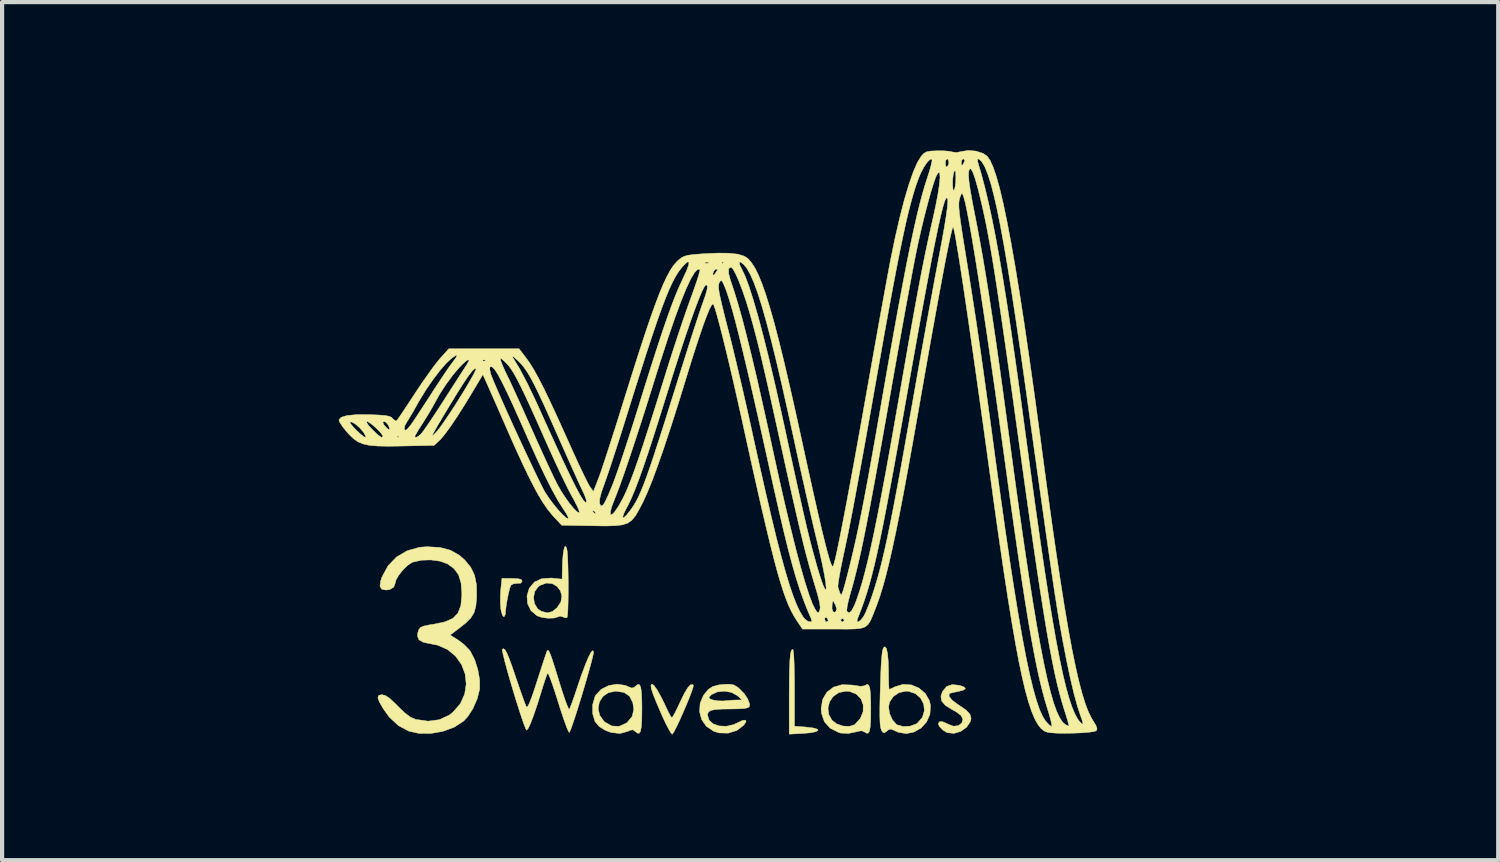
<source format=kicad_pcb>
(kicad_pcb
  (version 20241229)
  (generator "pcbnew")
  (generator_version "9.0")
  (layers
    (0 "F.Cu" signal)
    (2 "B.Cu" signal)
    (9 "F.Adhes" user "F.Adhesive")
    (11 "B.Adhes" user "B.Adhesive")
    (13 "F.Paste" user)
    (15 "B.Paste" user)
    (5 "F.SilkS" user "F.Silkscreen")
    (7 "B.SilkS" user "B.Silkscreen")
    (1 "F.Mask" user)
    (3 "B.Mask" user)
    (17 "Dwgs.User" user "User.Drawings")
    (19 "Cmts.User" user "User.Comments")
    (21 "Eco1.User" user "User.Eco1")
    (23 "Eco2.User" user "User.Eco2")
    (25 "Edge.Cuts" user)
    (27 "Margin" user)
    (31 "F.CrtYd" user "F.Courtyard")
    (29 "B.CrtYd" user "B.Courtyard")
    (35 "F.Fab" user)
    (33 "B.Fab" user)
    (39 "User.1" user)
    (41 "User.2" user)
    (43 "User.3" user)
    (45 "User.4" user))
  (footprint "3WL_14mmH_600DPI_NEG"
    (layer "F.Cu")
    (at 14.086 7.514)
    (property "Reference" "3WL_14mmH_600DPI_NEG" (at 0.762 -6.096 0) (layer "Eco1.User") (effects (font (size 1.524 1.524) (thickness 0.3))))
    (attr through_hole)
    (fp_poly (pts (xy 1.783 4.935) (xy 1.794 4.982) (xy 1.804 5.102) (xy 1.812 5.28) (xy 1.817 5.505) (xy 1.82 5.764) (xy 1.82 5.861) (xy 1.82 6.763) (xy 2.073 6.781) (xy 2.259 6.803) (xy 2.361 6.832) (xy 2.384 6.863) (xy 2.328 6.894) (xy 2.195 6.92) (xy 2.008 6.936) (xy 1.693 6.952) (xy 1.693 6.064) (xy 1.695 5.7) (xy 1.7 5.415) (xy 1.709 5.202) (xy 1.722 5.054) (xy 1.741 4.967) (xy 1.765 4.932) (xy 1.783 4.935)) (stroke (width 0.01) (type solid)) (fill yes) (layer "F.SilkS"))
    (fp_poly (pts (xy -4.919 3.237) (xy -4.775 3.243) (xy -4.7 3.263) (xy -4.678 3.3) (xy -4.678 3.302) (xy -4.711 3.35) (xy -4.788 3.354) (xy -4.889 3.366) (xy -4.946 3.4) (xy -4.972 3.464) (xy -5.003 3.586) (xy -5.034 3.74) (xy -5.06 3.9) (xy -5.076 4.04) (xy -5.079 4.096) (xy -5.105 4.145) (xy -5.12 4.149) (xy -5.149 4.111) (xy -5.178 4.016) (xy -5.188 3.958) (xy -5.199 3.807) (xy -5.197 3.622) (xy -5.188 3.501) (xy -5.16 3.235) (xy -4.919 3.237)) (stroke (width 0.01) (type solid)) (fill yes) (layer "F.SilkS"))
    (fp_poly (pts (xy -1.529 5.795) (xy -1.457 5.897) (xy -1.371 6.049) (xy -1.277 6.238) (xy -1.25 6.297) (xy -1.187 6.429) (xy -1.136 6.524) (xy -1.106 6.561) (xy -1.105 6.561) (xy -1.078 6.525) (xy -1.025 6.429) (xy -0.956 6.289) (xy -0.916 6.202) (xy -0.812 5.987) (xy -0.729 5.847) (xy -0.664 5.776) (xy -0.612 5.769) (xy -0.594 5.782) (xy -0.599 5.83) (xy -0.634 5.937) (xy -0.691 6.087) (xy -0.763 6.263) (xy -0.843 6.449) (xy -0.923 6.628) (xy -0.997 6.783) (xy -1.057 6.898) (xy -1.095 6.954) (xy -1.123 6.93) (xy -1.177 6.841) (xy -1.251 6.7) (xy -1.336 6.518) (xy -1.369 6.442) (xy -1.479 6.185) (xy -1.554 5.996) (xy -1.596 5.867) (xy -1.606 5.791) (xy -1.589 5.76) (xy -1.577 5.758) (xy -1.529 5.795)) (stroke (width 0.01) (type solid)) (fill yes) (layer "F.SilkS"))
    (fp_poly (pts (xy 5.761 5.789) (xy 5.871 5.829) (xy 5.897 5.869) (xy 5.84 5.906) (xy 5.72 5.935) (xy 5.603 5.958) (xy 5.526 5.98) (xy 5.513 5.987) (xy 5.507 6.047) (xy 5.571 6.131) (xy 5.7 6.233) (xy 5.756 6.269) (xy 5.918 6.381) (xy 6.008 6.48) (xy 6.033 6.578) (xy 6.016 6.654) (xy 5.925 6.789) (xy 5.785 6.887) (xy 5.624 6.934) (xy 5.468 6.917) (xy 5.461 6.915) (xy 5.358 6.853) (xy 5.278 6.771) (xy 5.249 6.703) (xy 5.28 6.654) (xy 5.36 6.656) (xy 5.471 6.707) (xy 5.481 6.713) (xy 5.61 6.762) (xy 5.731 6.75) (xy 5.813 6.684) (xy 5.838 6.594) (xy 5.794 6.508) (xy 5.675 6.418) (xy 5.588 6.371) (xy 5.419 6.266) (xy 5.329 6.16) (xy 5.313 6.042) (xy 5.352 5.933) (xy 5.449 5.815) (xy 5.585 5.769) (xy 5.761 5.789)) (stroke (width 0.01) (type solid)) (fill yes) (layer "F.SilkS"))
    (fp_poly (pts (xy 3.592 5.784) (xy 3.618 5.86) (xy 3.633 6) (xy 3.64 6.213) (xy 3.641 6.35) (xy 3.638 6.601) (xy 3.627 6.776) (xy 3.607 6.883) (xy 3.576 6.93) (xy 3.53 6.926) (xy 3.492 6.9) (xy 3.42 6.871) (xy 3.313 6.89) (xy 3.297 6.896) (xy 3.103 6.936) (xy 2.919 6.926) (xy 2.879 6.915) (xy 2.671 6.81) (xy 2.533 6.656) (xy 2.464 6.454) (xy 2.455 6.341) (xy 2.457 6.331) (xy 2.619 6.331) (xy 2.637 6.483) (xy 2.715 6.62) (xy 2.827 6.707) (xy 2.975 6.758) (xy 3.127 6.766) (xy 3.249 6.728) (xy 3.262 6.719) (xy 3.393 6.575) (xy 3.457 6.414) (xy 3.459 6.253) (xy 3.404 6.109) (xy 3.295 5.997) (xy 3.137 5.934) (xy 3.048 5.927) (xy 2.876 5.961) (xy 2.744 6.052) (xy 2.656 6.181) (xy 2.619 6.331) (xy 2.457 6.331) (xy 2.491 6.123) (xy 2.593 5.951) (xy 2.75 5.831) (xy 2.953 5.772) (xy 3.192 5.78) (xy 3.226 5.786) (xy 3.394 5.81) (xy 3.491 5.798) (xy 3.501 5.791) (xy 3.554 5.763) (xy 3.592 5.784)) (stroke (width 0.01) (type solid)) (fill yes) (layer "F.SilkS"))
    (fp_poly (pts (xy -3.616 2.519) (xy -3.603 2.586) (xy -3.593 2.719) (xy -3.586 2.9) (xy -3.581 3.114) (xy -3.578 3.344) (xy -3.578 3.574) (xy -3.581 3.788) (xy -3.586 3.969) (xy -3.594 4.101) (xy -3.605 4.168) (xy -3.608 4.172) (xy -3.661 4.176) (xy -3.694 4.157) (xy -3.777 4.136) (xy -3.811 4.15) (xy -3.918 4.182) (xy -4.066 4.186) (xy -4.22 4.164) (xy -4.328 4.125) (xy -4.467 4.005) (xy -4.548 3.841) (xy -4.56 3.691) (xy -4.406 3.691) (xy -4.383 3.838) (xy -4.309 3.96) (xy -4.22 4.021) (xy -4.076 4.058) (xy -3.958 4.028) (xy -3.849 3.94) (xy -3.755 3.801) (xy -3.731 3.66) (xy -3.766 3.53) (xy -3.847 3.426) (xy -3.962 3.36) (xy -4.099 3.347) (xy -4.247 3.401) (xy -4.291 3.432) (xy -4.377 3.547) (xy -4.406 3.691) (xy -4.56 3.691) (xy -4.563 3.655) (xy -4.508 3.47) (xy -4.388 3.325) (xy -4.215 3.244) (xy -3.99 3.227) (xy -3.95 3.23) (xy -3.725 3.254) (xy -3.72 2.971) (xy -3.713 2.803) (xy -3.699 2.65) (xy -3.685 2.561) (xy -3.661 2.479) (xy -3.64 2.472) (xy -3.616 2.519)) (stroke (width 0.01) (type solid)) (fill yes) (layer "F.SilkS"))
    (fp_poly (pts (xy -2.218 5.788) (xy -2.153 5.816) (xy -2.065 5.852) (xy -2.008 5.838) (xy -1.977 5.811) (xy -1.919 5.767) (xy -1.876 5.774) (xy -1.848 5.838) (xy -1.83 5.968) (xy -1.822 6.169) (xy -1.82 6.35) (xy -1.824 6.605) (xy -1.835 6.782) (xy -1.856 6.889) (xy -1.889 6.934) (xy -1.936 6.924) (xy -1.977 6.889) (xy -2.034 6.849) (xy -2.102 6.859) (xy -2.153 6.884) (xy -2.344 6.937) (xy -2.56 6.911) (xy -2.696 6.86) (xy -2.841 6.769) (xy -2.937 6.655) (xy -2.939 6.652) (xy -2.996 6.463) (xy -2.996 6.343) (xy -2.864 6.343) (xy -2.828 6.502) (xy -2.724 6.648) (xy -2.703 6.666) (xy -2.538 6.757) (xy -2.366 6.766) (xy -2.2 6.693) (xy -2.167 6.668) (xy -2.052 6.527) (xy -2.014 6.358) (xy -2.039 6.198) (xy -2.116 6.046) (xy -2.248 5.957) (xy -2.44 5.927) (xy -2.444 5.927) (xy -2.62 5.962) (xy -2.754 6.055) (xy -2.837 6.188) (xy -2.864 6.343) (xy -2.996 6.343) (xy -2.997 6.253) (xy -2.942 6.06) (xy -2.92 6.019) (xy -2.79 5.881) (xy -2.612 5.792) (xy -2.413 5.759) (xy -2.218 5.788)) (stroke (width 0.01) (type solid)) (fill yes) (layer "F.SilkS"))
    (fp_poly (pts (xy 0.365 5.776) (xy 0.448 5.822) (xy 0.501 5.864) (xy 0.619 5.984) (xy 0.705 6.114) (xy 0.748 6.229) (xy 0.745 6.29) (xy 0.712 6.32) (xy 0.63 6.339) (xy 0.487 6.348) (xy 0.329 6.351) (xy 0.093 6.354) (xy -0.071 6.365) (xy -0.175 6.386) (xy -0.231 6.422) (xy -0.253 6.474) (xy -0.254 6.5) (xy -0.217 6.62) (xy -0.119 6.707) (xy 0.024 6.756) (xy 0.191 6.764) (xy 0.366 6.725) (xy 0.465 6.679) (xy 0.584 6.623) (xy 0.653 6.617) (xy 0.664 6.657) (xy 0.61 6.737) (xy 0.443 6.865) (xy 0.239 6.928) (xy 0.022 6.923) (xy -0.109 6.882) (xy -0.282 6.767) (xy -0.394 6.606) (xy -0.445 6.417) (xy -0.432 6.218) (xy -0.371 6.071) (xy -0.221 6.071) (xy -0.206 6.106) (xy -0.13 6.136) (xy -0.016 6.156) (xy 0.113 6.161) (xy 0.185 6.155) (xy 0.323 6.142) (xy 0.439 6.137) (xy 0.572 6.136) (xy 0.453 6.031) (xy 0.316 5.956) (xy 0.15 5.927) (xy -0.016 5.944) (xy -0.156 6.005) (xy -0.221 6.071) (xy -0.371 6.071) (xy -0.353 6.027) (xy -0.238 5.887) (xy -0.135 5.818) (xy 0.000285 5.779) (xy 0.119 5.766) (xy 0.267 5.76) (xy 0.365 5.776)) (stroke (width 0.01) (type solid)) (fill yes) (layer "F.SilkS"))
    (fp_poly (pts (xy 4.013 4.909) (xy 4.04 5.028) (xy 4.057 5.217) (xy 4.064 5.469) (xy 4.064 5.509) (xy 4.066 5.675) (xy 4.07 5.804) (xy 4.077 5.876) (xy 4.08 5.884) (xy 4.125 5.867) (xy 4.212 5.824) (xy 4.218 5.821) (xy 4.411 5.763) (xy 4.608 5.777) (xy 4.79 5.853) (xy 4.94 5.981) (xy 5.039 6.151) (xy 5.066 6.273) (xy 5.051 6.48) (xy 4.971 6.661) (xy 4.841 6.805) (xy 4.675 6.901) (xy 4.489 6.939) (xy 4.297 6.908) (xy 4.236 6.881) (xy 4.141 6.837) (xy 4.082 6.835) (xy 4.025 6.876) (xy 4.021 6.88) (xy 3.961 6.924) (xy 3.922 6.903) (xy 3.892 6.852) (xy 3.873 6.792) (xy 3.861 6.688) (xy 3.856 6.53) (xy 3.856 6.31) (xy 3.856 6.307) (xy 4.064 6.307) (xy 4.09 6.462) (xy 4.156 6.61) (xy 4.247 6.715) (xy 4.265 6.728) (xy 4.406 6.769) (xy 4.572 6.762) (xy 4.722 6.709) (xy 4.756 6.686) (xy 4.872 6.55) (xy 4.919 6.394) (xy 4.903 6.236) (xy 4.83 6.095) (xy 4.708 5.987) (xy 4.543 5.931) (xy 4.478 5.927) (xy 4.313 5.962) (xy 4.176 6.056) (xy 4.087 6.19) (xy 4.064 6.307) (xy 3.856 6.307) (xy 3.862 6.017) (xy 3.866 5.882) (xy 3.876 5.557) (xy 3.887 5.307) (xy 3.9 5.123) (xy 3.914 4.997) (xy 3.932 4.918) (xy 3.954 4.878) (xy 3.979 4.868) (xy 4.013 4.909)) (stroke (width 0.01) (type solid)) (fill yes) (layer "F.SilkS"))
    (fp_poly (pts (xy -5.084 4.943) (xy -5.039 5.024) (xy -4.982 5.162) (xy -4.908 5.366) (xy -4.829 5.599) (xy -4.753 5.822) (xy -4.684 6.02) (xy -4.627 6.177) (xy -4.588 6.277) (xy -4.575 6.304) (xy -4.55 6.299) (xy -4.51 6.224) (xy -4.452 6.078) (xy -4.376 5.856) (xy -4.316 5.669) (xy -4.242 5.441) (xy -4.177 5.241) (xy -4.125 5.085) (xy -4.09 4.985) (xy -4.077 4.954) (xy -4.059 4.95) (xy -4.035 4.981) (xy -4.002 5.055) (xy -3.957 5.182) (xy -3.896 5.37) (xy -3.817 5.628) (xy -3.79 5.716) (xy -3.72 5.938) (xy -3.657 6.125) (xy -3.605 6.266) (xy -3.569 6.347) (xy -3.554 6.362) (xy -3.53 6.311) (xy -3.486 6.196) (xy -3.429 6.034) (xy -3.365 5.843) (xy -3.365 5.842) (xy -3.263 5.542) (xy -3.172 5.299) (xy -3.096 5.117) (xy -3.036 5.001) (xy -2.994 4.958) (xy -2.974 4.984) (xy -2.982 5.047) (xy -3.012 5.175) (xy -3.06 5.355) (xy -3.121 5.571) (xy -3.19 5.811) (xy -3.264 6.058) (xy -3.338 6.299) (xy -3.408 6.519) (xy -3.47 6.703) (xy -3.518 6.838) (xy -3.549 6.908) (xy -3.553 6.912) (xy -3.574 6.885) (xy -3.616 6.788) (xy -3.672 6.634) (xy -3.74 6.434) (xy -3.813 6.205) (xy -3.886 5.972) (xy -3.953 5.773) (xy -4.009 5.619) (xy -4.049 5.522) (xy -4.069 5.494) (xy -4.092 5.545) (xy -4.132 5.659) (xy -4.184 5.818) (xy -4.23 5.969) (xy -4.32 6.255) (xy -4.401 6.495) (xy -4.472 6.682) (xy -4.528 6.805) (xy -4.566 6.857) (xy -4.57 6.858) (xy -4.594 6.819) (xy -4.636 6.713) (xy -4.692 6.552) (xy -4.758 6.351) (xy -4.83 6.122) (xy -4.903 5.881) (xy -4.974 5.64) (xy -5.038 5.414) (xy -5.092 5.215) (xy -5.131 5.058) (xy -5.151 4.956) (xy -5.15 4.924) (xy -5.119 4.913) (xy -5.084 4.943)) (stroke (width 0.01) (type solid)) (fill yes) (layer "F.SilkS"))
    (fp_poly (pts (xy -6.64 2.498) (xy -6.387 2.564) (xy -6.174 2.685) (xy -6.052 2.792) (xy -5.905 2.969) (xy -5.813 3.161) (xy -5.767 3.39) (xy -5.763 3.675) (xy -5.764 3.699) (xy -5.783 3.9) (xy -5.825 4.052) (xy -5.903 4.18) (xy -6.032 4.307) (xy -6.175 4.421) (xy -6.396 4.587) (xy -6.205 4.706) (xy -6.069 4.809) (xy -5.947 4.933) (xy -5.908 4.984) (xy -5.809 5.18) (xy -5.734 5.416) (xy -5.692 5.658) (xy -5.691 5.869) (xy -5.692 5.88) (xy -5.75 6.109) (xy -5.851 6.34) (xy -5.98 6.539) (xy -6.073 6.639) (xy -6.294 6.784) (xy -6.564 6.884) (xy -6.857 6.936) (xy -7.146 6.933) (xy -7.382 6.881) (xy -7.631 6.748) (xy -7.852 6.541) (xy -7.99 6.348) (xy -8.08 6.191) (xy -8.119 6.09) (xy -8.109 6.034) (xy -8.05 6.013) (xy -8.017 6.011) (xy -7.937 6.032) (xy -7.836 6.101) (xy -7.701 6.226) (xy -7.646 6.283) (xy -7.478 6.446) (xy -7.339 6.548) (xy -7.218 6.6) (xy -6.926 6.642) (xy -6.657 6.608) (xy -6.419 6.499) (xy -6.331 6.43) (xy -6.154 6.227) (xy -6.05 5.998) (xy -6.013 5.757) (xy -6.039 5.517) (xy -6.124 5.292) (xy -6.265 5.093) (xy -6.456 4.935) (xy -6.694 4.829) (xy -6.853 4.798) (xy -7.034 4.761) (xy -7.14 4.701) (xy -7.177 4.612) (xy -7.169 4.537) (xy -7.145 4.46) (xy -7.106 4.41) (xy -7.034 4.375) (xy -6.91 4.348) (xy -6.764 4.325) (xy -6.509 4.27) (xy -6.327 4.186) (xy -6.208 4.062) (xy -6.141 3.885) (xy -6.118 3.646) (xy -6.117 3.6) (xy -6.136 3.344) (xy -6.196 3.149) (xy -6.305 3.001) (xy -6.458 2.89) (xy -6.636 2.825) (xy -6.856 2.795) (xy -7.084 2.802) (xy -7.282 2.847) (xy -7.301 2.854) (xy -7.408 2.923) (xy -7.521 3.033) (xy -7.622 3.159) (xy -7.689 3.277) (xy -7.705 3.342) (xy -7.741 3.445) (xy -7.842 3.504) (xy -7.926 3.514) (xy -8.027 3.493) (xy -8.07 3.426) (xy -8.057 3.306) (xy -8.022 3.202) (xy -7.878 2.935) (xy -7.674 2.724) (xy -7.419 2.575) (xy -7.124 2.493) (xy -6.948 2.48) (xy -6.64 2.498)) (stroke (width 0.01) (type solid)) (fill yes) (layer "F.SilkS"))
    (fp_poly (pts (xy 6.15 -6.959) (xy 6.318 -6.905) (xy 6.416 -6.838) (xy 6.486 -6.739) (xy 6.559 -6.578) (xy 6.636 -6.353) (xy 6.717 -6.062) (xy 6.802 -5.703) (xy 6.891 -5.275) (xy 6.986 -4.775) (xy 7.086 -4.203) (xy 7.191 -3.556) (xy 7.303 -2.832) (xy 7.42 -2.03) (xy 7.545 -1.148) (xy 7.676 -0.184) (xy 7.726 0.194) (xy 7.847 1.095) (xy 7.961 1.916) (xy 8.068 2.659) (xy 8.169 3.328) (xy 8.264 3.927) (xy 8.354 4.457) (xy 8.44 4.924) (xy 8.523 5.329) (xy 8.602 5.677) (xy 8.679 5.971) (xy 8.754 6.214) (xy 8.828 6.41) (xy 8.902 6.561) (xy 8.937 6.62) (xy 9.013 6.745) (xy 9.039 6.823) (xy 9.021 6.871) (xy 9.021 6.871) (xy 8.96 6.891) (xy 8.835 6.908) (xy 8.664 6.921) (xy 8.469 6.929) (xy 8.269 6.932) (xy 8.083 6.929) (xy 7.932 6.919) (xy 7.854 6.907) (xy 7.774 6.875) (xy 7.697 6.812) (xy 7.622 6.714) (xy 7.548 6.579) (xy 7.475 6.403) (xy 7.402 6.182) (xy 7.327 5.912) (xy 7.251 5.59) (xy 7.172 5.212) (xy 7.09 4.775) (xy 7.004 4.275) (xy 6.912 3.708) (xy 6.814 3.07) (xy 6.71 2.359) (xy 6.598 1.571) (xy 6.498 0.847) (xy 6.386 0.036) (xy 6.28 -0.727) (xy 6.18 -1.44) (xy 6.086 -2.1) (xy 5.999 -2.704) (xy 5.92 -3.249) (xy 5.848 -3.732) (xy 5.784 -4.149) (xy 5.729 -4.499) (xy 5.683 -4.776) (xy 5.647 -4.98) (xy 5.62 -5.106) (xy 5.604 -5.152) (xy 5.603 -5.151) (xy 5.582 -5.095) (xy 5.547 -4.955) (xy 5.499 -4.732) (xy 5.437 -4.426) (xy 5.363 -4.037) (xy 5.275 -3.565) (xy 5.174 -3.01) (xy 5.059 -2.373) (xy 4.932 -1.654) (xy 4.791 -0.852) (xy 4.783 -0.804) (xy 4.653 -0.069) (xy 4.535 0.588) (xy 4.427 1.172) (xy 4.328 1.689) (xy 4.236 2.143) (xy 4.151 2.541) (xy 4.071 2.888) (xy 3.996 3.19) (xy 3.923 3.451) (xy 3.853 3.677) (xy 3.783 3.874) (xy 3.762 3.929) (xy 3.692 4.107) (xy 3.636 4.239) (xy 3.579 4.332) (xy 3.508 4.392) (xy 3.41 4.426) (xy 3.27 4.442) (xy 3.075 4.446) (xy 2.812 4.445) (xy 2.757 4.445) (xy 2.011 4.445) (xy 1.875 4.244) (xy 1.809 4.138) (xy 1.744 4.019) (xy 1.68 3.884) (xy 1.616 3.725) (xy 1.55 3.539) (xy 1.481 3.319) (xy 1.406 3.061) (xy 1.325 2.759) (xy 1.237 2.407) (xy 1.139 2.001) (xy 1.03 1.536) (xy 0.91 1.005) (xy 0.775 0.403) (xy 0.626 -0.274) (xy 0.57 -0.529) (xy 0.471 -0.975) (xy 0.374 -1.404) (xy 0.28 -1.808) (xy 0.191 -2.181) (xy 0.109 -2.515) (xy 0.036 -2.8) (xy -0.026 -3.03) (xy -0.075 -3.197) (xy -0.109 -3.293) (xy -0.12 -3.312) (xy -0.152 -3.293) (xy -0.205 -3.196) (xy -0.276 -3.024) (xy -0.366 -2.781) (xy -0.472 -2.469) (xy -0.594 -2.094) (xy -0.73 -1.658) (xy -0.739 -1.628) (xy -0.943 -0.966) (xy -1.128 -0.385) (xy -1.295 0.12) (xy -1.445 0.55) (xy -1.577 0.908) (xy -1.695 1.196) (xy -1.794 1.411) (xy -1.892 1.601) (xy -1.976 1.745) (xy -2.061 1.848) (xy -2.161 1.918) (xy -2.289 1.959) (xy -2.458 1.979) (xy -2.683 1.985) (xy -2.977 1.981) (xy -3.021 1.98) (xy -3.734 1.968) (xy -3.952 1.734) (xy -4.069 1.592) (xy -4.194 1.408) (xy -4.331 1.175) (xy -4.482 0.887) (xy -4.652 0.537) (xy -4.844 0.119) (xy -5.009 -0.254) (xy -5.125 -0.52) (xy -5.238 -0.778) (xy -5.341 -1.012) (xy -5.426 -1.204) (xy -5.486 -1.339) (xy -5.492 -1.353) (xy -5.615 -1.627) (xy -5.824 -1.277) (xy -6.034 -0.93) (xy -6.225 -0.629) (xy -6.392 -0.381) (xy -6.53 -0.193) (xy -6.633 -0.073) (xy -6.643 -0.064) (xy -6.778 0.063) (xy -7.54 0.078) (xy -7.866 0.083) (xy -8.12 0.078) (xy -8.317 0.062) (xy -8.471 0.029) (xy -8.595 -0.023) (xy -8.703 -0.098) (xy -8.808 -0.2) (xy -8.869 -0.268) (xy -8.964 -0.386) (xy -9.029 -0.487) (xy -9.032 -0.496) (xy -8.789 -0.496) (xy -8.774 -0.458) (xy -8.714 -0.384) (xy -8.629 -0.295) (xy -8.537 -0.21) (xy -8.458 -0.147) (xy -8.416 -0.127) (xy -8.412 -0.157) (xy -8.45 -0.23) (xy -8.468 -0.256) (xy -8.554 -0.357) (xy -8.651 -0.442) (xy -8.717 -0.482) (xy -8.388 -0.482) (xy -8.339 -0.41) (xy -8.255 -0.318) (xy -8.125 -0.193) (xy -8.042 -0.133) (xy -8.004 -0.137) (xy -8.003 -0.148) (xy -7.662 -0.148) (xy -7.641 -0.127) (xy -7.62 -0.148) (xy -7.623 -0.151) (xy -7.239 -0.151) (xy -7.214 -0.126) (xy -7.151 -0.158) (xy -7.132 -0.175) (xy -6.818 -0.175) (xy -6.805 -0.176) (xy -6.765 -0.214) (xy -6.714 -0.27) (xy -6.642 -0.36) (xy -6.538 -0.506) (xy -6.411 -0.694) (xy -6.271 -0.908) (xy -6.158 -1.088) (xy -6.029 -1.298) (xy -5.921 -1.482) (xy -5.838 -1.63) (xy -5.788 -1.73) (xy -5.782 -1.751) (xy -5.452 -1.751) (xy -5.429 -1.648) (xy -5.411 -1.596) (xy -5.35 -1.447) (xy -5.262 -1.242) (xy -5.153 -0.994) (xy -5.028 -0.714) (xy -4.892 -0.415) (xy -4.752 -0.11) (xy -4.612 0.191) (xy -4.479 0.473) (xy -4.359 0.727) (xy -4.256 0.938) (xy -4.177 1.096) (xy -4.129 1.183) (xy -4.032 1.329) (xy -3.921 1.477) (xy -3.807 1.614) (xy -3.703 1.724) (xy -3.622 1.795) (xy -3.576 1.812) (xy -3.575 1.811) (xy -3.582 1.777) (xy -2.279 1.777) (xy -2.255 1.788) (xy -2.19 1.729) (xy -2.087 1.599) (xy -2.08 1.589) (xy -2.022 1.503) (xy -1.965 1.408) (xy -1.907 1.297) (xy -1.847 1.163) (xy -1.78 1) (xy -1.706 0.801) (xy -1.621 0.559) (xy -1.524 0.269) (xy -1.411 -0.078) (xy -1.28 -0.487) (xy -1.13 -0.964) (xy -0.99 -1.41) (xy -0.876 -1.774) (xy -0.765 -2.125) (xy -0.661 -2.454) (xy -0.566 -2.747) (xy -0.485 -2.994) (xy -0.422 -3.184) (xy -0.38 -3.305) (xy -0.379 -3.308) (xy -0.307 -3.512) (xy -0.267 -3.65) (xy -0.258 -3.731) (xy -0.269 -3.751) (xy 0.008 -3.751) (xy 0.01 -3.684) (xy 0.023 -3.589) (xy 0.05 -3.454) (xy 0.093 -3.271) (xy 0.152 -3.03) (xy 0.231 -2.72) (xy 0.267 -2.582) (xy 0.335 -2.311) (xy 0.416 -1.976) (xy 0.506 -1.596) (xy 0.601 -1.188) (xy 0.695 -0.773) (xy 0.786 -0.367) (xy 0.824 -0.191) (xy 0.985 0.538) (xy 1.132 1.187) (xy 1.266 1.762) (xy 1.388 2.265) (xy 1.501 2.702) (xy 1.604 3.076) (xy 1.699 3.391) (xy 1.788 3.652) (xy 1.871 3.863) (xy 1.949 4.028) (xy 2.024 4.151) (xy 2.065 4.202) (xy 2.133 4.255) (xy 2.198 4.275) (xy 2.234 4.256) (xy 2.229 4.223) (xy 2.223 4.21) (xy 2.54 4.21) (xy 2.562 4.268) (xy 2.582 4.276) (xy 2.623 4.245) (xy 2.625 4.236) (xy 2.623 4.233) (xy 2.921 4.233) (xy 2.953 4.274) (xy 2.963 4.276) (xy 2.976 4.265) (xy 3.311 4.265) (xy 3.341 4.274) (xy 3.397 4.235) (xy 3.462 4.153) (xy 3.472 4.138) (xy 3.523 4.036) (xy 3.587 3.88) (xy 3.655 3.697) (xy 3.681 3.619) (xy 3.742 3.429) (xy 3.801 3.23) (xy 3.859 3.018) (xy 3.917 2.785) (xy 3.978 2.525) (xy 4.042 2.231) (xy 4.11 1.898) (xy 4.185 1.518) (xy 4.267 1.085) (xy 4.358 0.593) (xy 4.458 0.034) (xy 4.57 -0.597) (xy 4.656 -1.079) (xy 4.737 -1.54) (xy 4.824 -2.028) (xy 4.914 -2.528) (xy 5.003 -3.02) (xy 5.089 -3.488) (xy 5.167 -3.913) (xy 5.236 -4.278) (xy 5.254 -4.374) (xy 5.333 -4.794) (xy 5.394 -5.137) (xy 5.438 -5.406) (xy 5.465 -5.606) (xy 5.474 -5.709) (xy 5.741 -5.709) (xy 5.743 -5.615) (xy 5.754 -5.487) (xy 5.776 -5.314) (xy 5.809 -5.086) (xy 5.855 -4.793) (xy 5.902 -4.501) (xy 5.973 -4.059) (xy 6.04 -3.637) (xy 6.104 -3.225) (xy 6.167 -2.811) (xy 6.23 -2.382) (xy 6.295 -1.927) (xy 6.364 -1.434) (xy 6.439 -0.892) (xy 6.522 -0.288) (xy 6.604 0.324) (xy 6.73 1.241) (xy 6.848 2.077) (xy 6.959 2.833) (xy 7.064 3.514) (xy 7.163 4.121) (xy 7.257 4.656) (xy 7.346 5.123) (xy 7.431 5.525) (xy 7.513 5.863) (xy 7.591 6.141) (xy 7.666 6.362) (xy 7.74 6.527) (xy 7.811 6.639) (xy 7.816 6.645) (xy 7.892 6.726) (xy 7.949 6.771) (xy 7.957 6.773) (xy 7.959 6.736) (xy 7.938 6.635) (xy 7.898 6.486) (xy 7.853 6.339) (xy 7.789 6.127) (xy 7.727 5.893) (xy 7.664 5.634) (xy 7.6 5.343) (xy 7.535 5.016) (xy 7.467 4.647) (xy 7.395 4.231) (xy 7.319 3.762) (xy 7.238 3.236) (xy 7.151 2.647) (xy 7.056 1.99) (xy 6.953 1.26) (xy 6.842 0.451) (xy 6.838 0.423) (xy 6.719 -0.441) (xy 6.605 -1.254) (xy 6.496 -2.011) (xy 6.394 -2.711) (xy 6.298 -3.35) (xy 6.21 -3.925) (xy 6.129 -4.434) (xy 6.056 -4.873) (xy 5.991 -5.241) (xy 5.935 -5.533) (xy 5.889 -5.747) (xy 5.852 -5.88) (xy 5.848 -5.89) (xy 5.823 -5.946) (xy 5.802 -5.941) (xy 5.772 -5.865) (xy 5.761 -5.833) (xy 5.748 -5.778) (xy 5.741 -5.709) (xy 5.474 -5.709) (xy 5.477 -5.743) (xy 5.474 -5.821) (xy 5.456 -5.844) (xy 5.436 -5.831) (xy 5.406 -5.771) (xy 5.365 -5.638) (xy 5.313 -5.433) (xy 5.25 -5.153) (xy 5.176 -4.797) (xy 5.09 -4.365) (xy 4.993 -3.854) (xy 4.883 -3.264) (xy 4.761 -2.594) (xy 4.626 -1.842) (xy 4.547 -1.397) (xy 4.416 -0.659) (xy 4.298 0.001) (xy 4.192 0.589) (xy 4.095 1.111) (xy 4.008 1.572) (xy 3.929 1.979) (xy 3.856 2.336) (xy 3.788 2.651) (xy 3.724 2.928) (xy 3.663 3.173) (xy 3.603 3.392) (xy 3.544 3.591) (xy 3.483 3.776) (xy 3.42 3.951) (xy 3.354 4.124) (xy 3.323 4.202) (xy 3.311 4.265) (xy 2.976 4.265) (xy 3.004 4.243) (xy 3.006 4.233) (xy 2.973 4.192) (xy 2.963 4.191) (xy 2.922 4.223) (xy 2.921 4.233) (xy 2.623 4.233) (xy 2.594 4.178) (xy 2.582 4.17) (xy 2.546 4.179) (xy 2.54 4.21) (xy 2.223 4.21) (xy 2.129 3.992) (xy 2.036 3.754) (xy 1.945 3.5) (xy 1.856 3.219) (xy 1.765 2.904) (xy 1.67 2.546) (xy 1.569 2.135) (xy 1.458 1.663) (xy 1.336 1.122) (xy 1.27 0.826) (xy 1.106 0.08) (xy 0.957 -0.587) (xy 0.823 -1.179) (xy 0.702 -1.701) (xy 0.594 -2.156) (xy 0.498 -2.549) (xy 0.413 -2.883) (xy 0.337 -3.164) (xy 0.269 -3.394) (xy 0.21 -3.579) (xy 0.157 -3.721) (xy 0.147 -3.744) (xy 0.101 -3.844) (xy 0.069 -3.874) (xy 0.04 -3.846) (xy 0.034 -3.836) (xy 0.017 -3.798) (xy 0.008 -3.751) (xy -0.269 -3.751) (xy -0.277 -3.765) (xy -0.293 -3.768) (xy -0.329 -3.728) (xy -0.387 -3.613) (xy -0.464 -3.428) (xy -0.559 -3.179) (xy -0.669 -2.872) (xy -0.792 -2.513) (xy -0.926 -2.107) (xy -1.07 -1.66) (xy -1.202 -1.237) (xy -1.378 -0.675) (xy -1.532 -0.189) (xy -1.668 0.228) (xy -1.788 0.582) (xy -1.894 0.879) (xy -1.988 1.124) (xy -2.072 1.324) (xy -2.148 1.485) (xy -2.186 1.555) (xy -2.257 1.699) (xy -2.279 1.777) (xy -3.582 1.777) (xy -3.584 1.766) (xy -3.633 1.676) (xy -3.696 1.581) (xy -3.818 1.389) (xy -3.967 1.119) (xy -4.14 0.774) (xy -4.337 0.355) (xy -4.557 -0.135) (xy -4.562 -0.148) (xy -4.753 -0.579) (xy -4.914 -0.935) (xy -5.049 -1.224) (xy -5.16 -1.449) (xy -5.249 -1.617) (xy -5.32 -1.73) (xy -5.376 -1.796) (xy -5.418 -1.819) (xy -5.446 -1.807) (xy -5.452 -1.751) (xy -5.782 -1.751) (xy -5.777 -1.769) (xy -5.813 -1.766) (xy -5.875 -1.706) (xy -5.968 -1.585) (xy -6.092 -1.4) (xy -6.252 -1.146) (xy -6.382 -0.932) (xy -6.546 -0.66) (xy -6.669 -0.454) (xy -6.753 -0.308) (xy -6.802 -0.217) (xy -6.818 -0.175) (xy -7.132 -0.175) (xy -7.081 -0.222) (xy -7.031 -0.287) (xy -6.945 -0.41) (xy -6.83 -0.579) (xy -6.696 -0.782) (xy -6.551 -1.006) (xy -6.532 -1.037) (xy -6.386 -1.264) (xy -6.251 -1.474) (xy -6.136 -1.653) (xy -6.048 -1.789) (xy -5.997 -1.868) (xy -5.994 -1.873) (xy -5.947 -1.958) (xy -5.951 -1.976) (xy -5.616 -1.976) (xy -5.61 -1.95) (xy -5.588 -1.947) (xy -5.553 -1.963) (xy -5.56 -1.976) (xy -5.61 -1.981) (xy -5.616 -1.976) (xy -5.951 -1.976) (xy -5.953 -1.986) (xy -6.006 -1.958) (xy -6.099 -1.877) (xy -6.166 -1.81) (xy -6.326 -1.622) (xy -6.498 -1.388) (xy -6.658 -1.14) (xy -6.768 -0.942) (xy -6.837 -0.817) (xy -6.933 -0.654) (xy -7.038 -0.487) (xy -7.049 -0.469) (xy -7.137 -0.331) (xy -7.203 -0.221) (xy -7.237 -0.159) (xy -7.239 -0.151) (xy -7.623 -0.151) (xy -7.641 -0.169) (xy -7.662 -0.148) (xy -8.003 -0.148) (xy -8.001 -0.157) (xy -8.031 -0.212) (xy -8.106 -0.296) (xy -8.202 -0.387) (xy -8.297 -0.464) (xy -8.323 -0.48) (xy -8.001 -0.48) (xy -7.977 -0.43) (xy -7.923 -0.367) (xy -7.868 -0.32) (xy -7.843 -0.314) (xy -7.843 -0.324) (xy -7.49 -0.324) (xy -7.456 -0.296) (xy -7.415 -0.329) (xy -7.344 -0.414) (xy -7.27 -0.519) (xy -7.19 -0.639) (xy -7.079 -0.809) (xy -6.949 -1.008) (xy -6.815 -1.215) (xy -6.794 -1.249) (xy -6.664 -1.447) (xy -6.54 -1.633) (xy -6.434 -1.789) (xy -6.357 -1.896) (xy -6.345 -1.911) (xy -6.285 -1.992) (xy -5.197 -1.992) (xy -5.185 -1.947) (xy -5.151 -1.857) (xy -5.09 -1.72) (xy -5.017 -1.567) (xy -5.016 -1.566) (xy -4.96 -1.45) (xy -4.877 -1.27) (xy -4.772 -1.042) (xy -4.654 -0.781) (xy -4.528 -0.5) (xy -4.446 -0.318) (xy -4.317 -0.029) (xy -4.188 0.254) (xy -4.068 0.516) (xy -3.963 0.74) (xy -3.88 0.911) (xy -3.844 0.983) (xy -3.754 1.143) (xy -3.651 1.302) (xy -3.546 1.448) (xy -3.449 1.566) (xy -3.371 1.644) (xy -3.322 1.669) (xy -3.312 1.659) (xy -3.321 1.621) (xy -2.999 1.621) (xy -2.989 1.644) (xy -2.946 1.69) (xy -2.921 1.681) (xy -2.921 1.675) (xy -2.935 1.658) (xy -2.574 1.658) (xy -2.568 1.715) (xy -2.529 1.708) (xy -2.464 1.639) (xy -2.377 1.51) (xy -2.273 1.322) (xy -2.24 1.256) (xy -2.173 1.107) (xy -2.096 0.916) (xy -2.007 0.678) (xy -1.905 0.388) (xy -1.789 0.04) (xy -1.655 -0.372) (xy -1.503 -0.852) (xy -1.33 -1.406) (xy -1.267 -1.609) (xy -1.16 -1.95) (xy -1.045 -2.306) (xy -0.929 -2.659) (xy -0.819 -2.985) (xy -0.721 -3.266) (xy -0.666 -3.419) (xy -0.584 -3.645) (xy -0.516 -3.842) (xy -0.466 -3.998) (xy -0.457 -4.032) (xy -0.127 -4.032) (xy -0.119 -3.992) (xy -0.087 -4.019) (xy -0.067 -4.045) (xy -0.062 -4.054) (xy 0.246 -4.054) (xy 0.29 -3.884) (xy 0.302 -3.849) (xy 0.387 -3.594) (xy 0.478 -3.294) (xy 0.576 -2.946) (xy 0.68 -2.543) (xy 0.794 -2.081) (xy 0.919 -1.554) (xy 1.054 -0.958) (xy 1.203 -0.287) (xy 1.311 0.212) (xy 1.459 0.885) (xy 1.6 1.503) (xy 1.734 2.061) (xy 1.858 2.558) (xy 1.973 2.988) (xy 2.078 3.349) (xy 2.171 3.637) (xy 2.251 3.849) (xy 2.317 3.978) (xy 2.366 4.048) (xy 2.395 4.05) (xy 2.423 3.995) (xy 2.429 3.957) (xy 2.715 3.957) (xy 2.738 4.03) (xy 2.781 4.045) (xy 2.803 4.03) (xy 2.813 4.005) (xy 3.067 4.005) (xy 3.07 4.023) (xy 3.12 4.058) (xy 3.179 4.013) (xy 3.247 3.885) (xy 3.295 3.764) (xy 3.361 3.571) (xy 3.428 3.354) (xy 3.495 3.108) (xy 3.566 2.826) (xy 3.64 2.505) (xy 3.719 2.137) (xy 3.804 1.718) (xy 3.896 1.242) (xy 3.997 0.703) (xy 4.107 0.097) (xy 4.227 -0.583) (xy 4.34 -1.228) (xy 4.447 -1.842) (xy 4.541 -2.382) (xy 4.626 -2.856) (xy 4.701 -3.273) (xy 4.769 -3.642) (xy 4.831 -3.971) (xy 4.89 -4.27) (xy 4.946 -4.547) (xy 5.002 -4.811) (xy 5.059 -5.071) (xy 5.119 -5.335) (xy 5.125 -5.362) (xy 5.194 -5.68) (xy 5.245 -5.951) (xy 5.278 -6.17) (xy 5.279 -6.181) (xy 5.592 -6.181) (xy 5.599 -6.061) (xy 5.615 -6.015) (xy 5.634 -6.036) (xy 5.653 -6.113) (xy 5.666 -6.238) (xy 5.669 -6.329) (xy 5.667 -6.396) (xy 5.972 -6.396) (xy 5.983 -6.241) (xy 6.014 -6.022) (xy 6.067 -5.731) (xy 6.097 -5.574) (xy 6.172 -5.191) (xy 6.245 -4.801) (xy 6.317 -4.395) (xy 6.389 -3.966) (xy 6.462 -3.506) (xy 6.539 -3.005) (xy 6.62 -2.457) (xy 6.706 -1.853) (xy 6.799 -1.184) (xy 6.899 -0.442) (xy 6.945 -0.106) (xy 7.072 0.832) (xy 7.191 1.688) (xy 7.303 2.466) (xy 7.408 3.168) (xy 7.507 3.798) (xy 7.6 4.358) (xy 7.689 4.85) (xy 7.773 5.279) (xy 7.853 5.646) (xy 7.93 5.955) (xy 8.004 6.209) (xy 8.076 6.409) (xy 8.147 6.56) (xy 8.216 6.665) (xy 8.285 6.725) (xy 8.286 6.726) (xy 8.35 6.755) (xy 8.369 6.758) (xy 8.361 6.716) (xy 8.332 6.612) (xy 8.287 6.464) (xy 8.256 6.368) (xy 8.197 6.175) (xy 8.14 5.966) (xy 8.082 5.735) (xy 8.024 5.478) (xy 7.965 5.187) (xy 7.903 4.86) (xy 7.837 4.49) (xy 7.768 4.072) (xy 7.694 3.602) (xy 7.613 3.073) (xy 7.526 2.481) (xy 7.432 1.82) (xy 7.328 1.086) (xy 7.216 0.275) (xy 7.107 -0.51) (xy 7.009 -1.216) (xy 6.92 -1.85) (xy 6.839 -2.416) (xy 6.766 -2.92) (xy 6.7 -3.368) (xy 6.64 -3.766) (xy 6.585 -4.118) (xy 6.534 -4.431) (xy 6.486 -4.709) (xy 6.44 -4.959) (xy 6.397 -5.186) (xy 6.354 -5.395) (xy 6.31 -5.593) (xy 6.282 -5.715) (xy 6.202 -6.045) (xy 6.133 -6.291) (xy 6.076 -6.454) (xy 6.031 -6.532) (xy 6.008 -6.538) (xy 5.98 -6.492) (xy 5.972 -6.396) (xy 5.667 -6.396) (xy 5.666 -6.45) (xy 5.651 -6.494) (xy 5.63 -6.477) (xy 5.608 -6.401) (xy 5.594 -6.274) (xy 5.592 -6.181) (xy 5.279 -6.181) (xy 5.292 -6.331) (xy 5.286 -6.426) (xy 5.261 -6.45) (xy 5.233 -6.424) (xy 5.192 -6.341) (xy 5.137 -6.188) (xy 5.072 -5.976) (xy 5.001 -5.718) (xy 4.925 -5.426) (xy 4.849 -5.113) (xy 4.775 -4.79) (xy 4.722 -4.537) (xy 4.684 -4.346) (xy 4.634 -4.084) (xy 4.574 -3.762) (xy 4.505 -3.392) (xy 4.431 -2.985) (xy 4.353 -2.553) (xy 4.273 -2.107) (xy 4.194 -1.66) (xy 4.19 -1.637) (xy 4.062 -0.915) (xy 3.948 -0.27) (xy 3.845 0.303) (xy 3.753 0.811) (xy 3.67 1.259) (xy 3.596 1.653) (xy 3.528 2) (xy 3.467 2.305) (xy 3.41 2.574) (xy 3.356 2.813) (xy 3.305 3.029) (xy 3.255 3.227) (xy 3.206 3.413) (xy 3.154 3.593) (xy 3.15 3.608) (xy 3.105 3.776) (xy 3.076 3.916) (xy 3.067 4.005) (xy 2.813 4.005) (xy 2.828 3.97) (xy 2.799 3.875) (xy 2.793 3.864) (xy 2.752 3.786) (xy 2.733 3.781) (xy 2.719 3.843) (xy 2.719 3.845) (xy 2.715 3.957) (xy 2.429 3.957) (xy 2.433 3.926) (xy 2.418 3.811) (xy 2.375 3.637) (xy 2.313 3.425) (xy 2.245 3.199) (xy 2.177 2.96) (xy 2.106 2.699) (xy 2.032 2.408) (xy 1.952 2.078) (xy 1.864 1.7) (xy 1.765 1.267) (xy 1.653 0.769) (xy 1.528 0.198) (xy 1.507 0.106) (xy 1.387 -0.443) (xy 1.282 -0.917) (xy 1.191 -1.326) (xy 1.11 -1.68) (xy 1.039 -1.986) (xy 0.975 -2.253) (xy 0.915 -2.492) (xy 0.858 -2.71) (xy 0.802 -2.916) (xy 0.744 -3.12) (xy 0.744 -3.121) (xy 0.665 -3.379) (xy 0.582 -3.622) (xy 0.5 -3.838) (xy 0.424 -4.012) (xy 0.359 -4.134) (xy 0.311 -4.189) (xy 0.304 -4.191) (xy 0.251 -4.156) (xy 0.246 -4.054) (xy -0.062 -4.054) (xy -0.026 -4.113) (xy -0.022 -4.142) (xy -0.065 -4.141) (xy -0.11 -4.091) (xy -0.127 -4.032) (xy -0.457 -4.032) (xy -0.438 -4.1) (xy -0.435 -4.133) (xy -0.491 -4.138) (xy -0.565 -4.061) (xy -0.658 -3.904) (xy -0.769 -3.666) (xy -0.897 -3.35) (xy -1.042 -2.955) (xy -1.204 -2.482) (xy -1.383 -1.933) (xy -1.518 -1.503) (xy -1.674 -1.004) (xy -1.826 -0.527) (xy -1.971 -0.081) (xy -2.106 0.326) (xy -2.227 0.683) (xy -2.333 0.984) (xy -2.421 1.218) (xy -2.471 1.343) (xy -2.544 1.534) (xy -2.574 1.658) (xy -2.935 1.658) (xy -2.951 1.639) (xy -2.97 1.626) (xy -2.999 1.621) (xy -3.321 1.621) (xy -3.325 1.605) (xy -3.373 1.497) (xy -3.4 1.445) (xy -2.831 1.445) (xy -2.806 1.498) (xy -2.774 1.506) (xy -2.734 1.467) (xy -2.681 1.373) (xy -2.61 1.216) (xy -2.516 0.988) (xy -2.506 0.963) (xy -2.45 0.812) (xy -2.374 0.595) (xy -2.283 0.325) (xy -2.182 0.017) (xy -2.074 -0.316) (xy -1.966 -0.658) (xy -1.927 -0.783) (xy -1.748 -1.36) (xy -1.589 -1.863) (xy -1.449 -2.297) (xy -1.326 -2.67) (xy -1.216 -2.989) (xy -1.119 -3.259) (xy -1.031 -3.489) (xy -0.95 -3.683) (xy -0.874 -3.85) (xy -0.848 -3.905) (xy -0.755 -4.105) (xy -0.705 -4.241) (xy -0.701 -4.286) (xy -0.32 -4.286) (xy -0.279 -4.279) (xy -0.224 -4.287) (xy -0.223 -4.297) (xy 0.085 -4.297) (xy 0.106 -4.276) (xy 0.127 -4.297) (xy 0.117 -4.307) (xy 0.502 -4.307) (xy 0.515 -4.24) (xy 0.566 -4.138) (xy 0.645 -3.971) (xy 0.737 -3.723) (xy 0.84 -3.398) (xy 0.955 -3) (xy 1.08 -2.53) (xy 1.214 -1.993) (xy 1.356 -1.391) (xy 1.505 -0.728) (xy 1.586 -0.36) (xy 1.7 0.168) (xy 1.799 0.62) (xy 1.884 1.007) (xy 1.957 1.336) (xy 2.02 1.616) (xy 2.075 1.855) (xy 2.123 2.061) (xy 2.168 2.243) (xy 2.21 2.409) (xy 2.251 2.567) (xy 2.272 2.642) (xy 2.364 2.973) (xy 2.441 3.223) (xy 2.501 3.394) (xy 2.544 3.488) (xy 2.569 3.507) (xy 2.575 3.453) (xy 2.571 3.418) (xy 2.856 3.418) (xy 2.858 3.447) (xy 2.898 3.571) (xy 2.924 3.625) (xy 2.944 3.617) (xy 2.97 3.558) (xy 2.971 3.556) (xy 2.994 3.48) (xy 3.033 3.338) (xy 3.083 3.147) (xy 3.14 2.923) (xy 3.176 2.773) (xy 3.235 2.524) (xy 3.294 2.263) (xy 3.354 1.981) (xy 3.417 1.67) (xy 3.485 1.322) (xy 3.559 0.929) (xy 3.64 0.483) (xy 3.731 -0.025) (xy 3.832 -0.602) (xy 3.916 -1.084) (xy 4.053 -1.87) (xy 4.179 -2.577) (xy 4.294 -3.211) (xy 4.399 -3.775) (xy 4.496 -4.276) (xy 4.585 -4.717) (xy 4.668 -5.105) (xy 4.745 -5.443) (xy 4.818 -5.738) (xy 4.887 -5.993) (xy 4.953 -6.213) (xy 4.982 -6.3) (xy 5.039 -6.48) (xy 5.081 -6.629) (xy 5.088 -6.665) (xy 5.419 -6.665) (xy 5.432 -6.593) (xy 5.461 -6.583) (xy 5.497 -6.643) (xy 5.502 -6.678) (xy 5.8 -6.678) (xy 5.807 -6.616) (xy 5.832 -6.631) (xy 5.842 -6.646) (xy 5.878 -6.717) (xy 5.881 -6.728) (xy 6.186 -6.728) (xy 6.193 -6.699) (xy 6.28 -6.402) (xy 6.365 -6.081) (xy 6.448 -5.731) (xy 6.532 -5.345) (xy 6.616 -4.92) (xy 6.702 -4.449) (xy 6.791 -3.928) (xy 6.884 -3.35) (xy 6.981 -2.712) (xy 7.084 -2.006) (xy 7.193 -1.229) (xy 7.309 -0.374) (xy 7.345 -0.106) (xy 7.469 0.812) (xy 7.585 1.649) (xy 7.693 2.408) (xy 7.795 3.093) (xy 7.89 3.707) (xy 7.98 4.254) (xy 8.065 4.736) (xy 8.146 5.157) (xy 8.223 5.521) (xy 8.297 5.83) (xy 8.369 6.088) (xy 8.439 6.298) (xy 8.508 6.464) (xy 8.576 6.589) (xy 8.627 6.657) (xy 8.683 6.712) (xy 8.703 6.702) (xy 8.685 6.624) (xy 8.639 6.496) (xy 8.566 6.273) (xy 8.485 5.974) (xy 8.398 5.605) (xy 8.307 5.173) (xy 8.213 4.686) (xy 8.196 4.593) (xy 8.171 4.453) (xy 8.145 4.307) (xy 8.119 4.151) (xy 8.091 3.98) (xy 8.061 3.789) (xy 8.027 3.571) (xy 7.99 3.323) (xy 7.948 3.039) (xy 7.901 2.713) (xy 7.848 2.341) (xy 7.788 1.918) (xy 7.72 1.439) (xy 7.644 0.897) (xy 7.558 0.289) (xy 7.463 -0.391) (xy 7.358 -1.149) (xy 7.323 -1.397) (xy 7.207 -2.219) (xy 7.098 -2.96) (xy 6.997 -3.624) (xy 6.903 -4.213) (xy 6.814 -4.733) (xy 6.731 -5.184) (xy 6.653 -5.573) (xy 6.578 -5.9) (xy 6.508 -6.171) (xy 6.439 -6.388) (xy 6.373 -6.555) (xy 6.35 -6.603) (xy 6.289 -6.703) (xy 6.231 -6.762) (xy 6.193 -6.774) (xy 6.186 -6.728) (xy 5.881 -6.728) (xy 5.884 -6.742) (xy 5.852 -6.772) (xy 5.842 -6.773) (xy 5.809 -6.737) (xy 5.8 -6.678) (xy 5.502 -6.678) (xy 5.503 -6.691) (xy 5.485 -6.759) (xy 5.461 -6.773) (xy 5.429 -6.737) (xy 5.419 -6.665) (xy 5.088 -6.665) (xy 5.102 -6.731) (xy 5.101 -6.766) (xy 5.055 -6.761) (xy 4.987 -6.694) (xy 4.91 -6.581) (xy 4.833 -6.436) (xy 4.784 -6.32) (xy 4.724 -6.155) (xy 4.666 -5.972) (xy 4.607 -5.766) (xy 4.546 -5.532) (xy 4.482 -5.263) (xy 4.414 -4.953) (xy 4.34 -4.596) (xy 4.259 -4.187) (xy 4.17 -3.72) (xy 4.071 -3.188) (xy 3.962 -2.586) (xy 3.842 -1.908) (xy 3.807 -1.714) (xy 3.689 -1.046) (xy 3.584 -0.455) (xy 3.49 0.067) (xy 3.407 0.527) (xy 3.333 0.932) (xy 3.267 1.289) (xy 3.208 1.604) (xy 3.153 1.886) (xy 3.103 2.14) (xy 3.054 2.375) (xy 3.007 2.596) (xy 2.981 2.717) (xy 2.933 2.947) (xy 2.895 3.15) (xy 2.868 3.313) (xy 2.856 3.418) (xy 2.571 3.418) (xy 2.563 3.329) (xy 2.531 3.135) (xy 2.479 2.875) (xy 2.406 2.551) (xy 2.355 2.336) (xy 2.284 2.041) (xy 2.201 1.683) (xy 2.11 1.286) (xy 2.016 0.868) (xy 1.923 0.452) (xy 1.837 0.058) (xy 1.825 0) (xy 1.665 -0.732) (xy 1.519 -1.383) (xy 1.384 -1.959) (xy 1.26 -2.461) (xy 1.146 -2.895) (xy 1.041 -3.264) (xy 0.943 -3.571) (xy 0.852 -3.819) (xy 0.767 -4.014) (xy 0.686 -4.157) (xy 0.612 -4.25) (xy 0.535 -4.313) (xy 0.502 -4.307) (xy 0.117 -4.307) (xy 0.106 -4.318) (xy 0.085 -4.297) (xy -0.223 -4.297) (xy -0.223 -4.301) (xy -0.28 -4.311) (xy -0.304 -4.305) (xy -0.32 -4.286) (xy -0.701 -4.286) (xy -0.698 -4.312) (xy -0.733 -4.315) (xy -0.81 -4.247) (xy -0.885 -4.161) (xy -0.954 -4.07) (xy -1.023 -3.958) (xy -1.095 -3.821) (xy -1.173 -3.652) (xy -1.258 -3.445) (xy -1.353 -3.195) (xy -1.459 -2.897) (xy -1.579 -2.544) (xy -1.715 -2.131) (xy -1.868 -1.652) (xy -2.042 -1.101) (xy -2.175 -0.675) (xy -2.28 -0.341) (xy -2.383 -0.016) (xy -2.481 0.284) (xy -2.567 0.549) (xy -2.64 0.764) (xy -2.693 0.916) (xy -2.707 0.954) (xy -2.787 1.18) (xy -2.828 1.34) (xy -2.831 1.445) (xy -3.4 1.445) (xy -3.447 1.354) (xy -3.487 1.283) (xy -3.559 1.149) (xy -3.656 0.953) (xy -3.773 0.711) (xy -3.9 0.438) (xy -4.031 0.15) (xy -4.108 -0.021) (xy -4.296 -0.446) (xy -4.456 -0.8) (xy -4.59 -1.091) (xy -4.702 -1.325) (xy -4.797 -1.511) (xy -4.876 -1.655) (xy -4.945 -1.764) (xy -5.007 -1.847) (xy -5.064 -1.908) (xy -5.153 -1.99) (xy -5.193 -2.017) (xy -5.197 -1.992) (xy -6.285 -1.992) (xy -6.258 -2.029) (xy -6.237 -2.071) (xy -4.917 -2.071) (xy -4.899 -2.032) (xy -4.734 -1.76) (xy -4.551 -1.412) (xy -4.347 -0.985) (xy -4.275 -0.826) (xy -4.039 -0.303) (xy -3.834 0.145) (xy -3.66 0.52) (xy -3.513 0.826) (xy -3.393 1.066) (xy -3.298 1.242) (xy -3.227 1.358) (xy -3.177 1.416) (xy -3.149 1.42) (xy -3.144 1.411) (xy -3.153 1.348) (xy -3.193 1.239) (xy -3.231 1.157) (xy -3.275 1.065) (xy -3.348 0.908) (xy -3.443 0.697) (xy -3.556 0.446) (xy -3.681 0.165) (xy -3.813 -0.132) (xy -3.83 -0.169) (xy -4.007 -0.569) (xy -4.156 -0.899) (xy -4.281 -1.167) (xy -4.387 -1.383) (xy -4.478 -1.555) (xy -4.559 -1.69) (xy -4.634 -1.798) (xy -4.707 -1.886) (xy -4.784 -1.964) (xy -4.789 -1.968) (xy -4.881 -2.05) (xy -4.917 -2.071) (xy -6.237 -2.071) (xy -6.229 -2.086) (xy -6.261 -2.084) (xy -6.351 -2.023) (xy -6.368 -2.01) (xy -6.492 -1.894) (xy -6.643 -1.72) (xy -6.807 -1.504) (xy -6.971 -1.266) (xy -7.122 -1.021) (xy -7.169 -0.938) (xy -7.261 -0.774) (xy -7.346 -0.629) (xy -7.409 -0.526) (xy -7.425 -0.502) (xy -7.48 -0.4) (xy -7.49 -0.324) (xy -7.843 -0.324) (xy -7.846 -0.36) (xy -7.872 -0.42) (xy -7.924 -0.485) (xy -7.976 -0.51) (xy -8.001 -0.483) (xy -8.001 -0.48) (xy -8.323 -0.48) (xy -8.367 -0.506) (xy -8.378 -0.508) (xy -8.388 -0.482) (xy -8.717 -0.482) (xy -8.736 -0.493) (xy -8.788 -0.497) (xy -8.789 -0.496) (xy -9.032 -0.496) (xy -9.05 -0.548) (xy -9.05 -0.548) (xy -8.995 -0.608) (xy -8.859 -0.649) (xy -8.64 -0.671) (xy -8.341 -0.672) (xy -8.283 -0.67) (xy -8.074 -0.661) (xy -7.934 -0.649) (xy -7.845 -0.63) (xy -7.791 -0.602) (xy -7.764 -0.573) (xy -7.703 -0.522) (xy -7.667 -0.531) (xy -7.633 -0.579) (xy -7.561 -0.684) (xy -7.46 -0.836) (xy -7.337 -1.022) (xy -7.23 -1.185) (xy -7.082 -1.407) (xy -6.932 -1.622) (xy -6.794 -1.813) (xy -6.68 -1.96) (xy -6.628 -2.021) (xy -6.427 -2.244) (xy -4.752 -2.244) (xy -4.581 -2.021) (xy -4.494 -1.898) (xy -4.4 -1.746) (xy -4.295 -1.557) (xy -4.174 -1.324) (xy -4.036 -1.038) (xy -3.875 -0.694) (xy -3.688 -0.282) (xy -3.573 -0.026) (xy -3.451 0.246) (xy -3.335 0.498) (xy -3.231 0.717) (xy -3.146 0.891) (xy -3.085 1.009) (xy -3.059 1.052) (xy -2.977 1.162) (xy -2.847 0.824) (xy -2.803 0.703) (xy -2.739 0.514) (xy -2.658 0.267) (xy -2.564 -0.024) (xy -2.46 -0.347) (xy -2.352 -0.691) (xy -2.271 -0.953) (xy -2.082 -1.556) (xy -1.915 -2.083) (xy -1.766 -2.54) (xy -1.634 -2.932) (xy -1.516 -3.264) (xy -1.411 -3.542) (xy -1.316 -3.772) (xy -1.229 -3.958) (xy -1.149 -4.106) (xy -1.072 -4.223) (xy -0.997 -4.312) (xy -0.952 -4.355) (xy -0.882 -4.411) (xy -0.812 -4.449) (xy -0.721 -4.474) (xy -0.588 -4.492) (xy -0.394 -4.507) (xy -0.358 -4.51) (xy -0.01 -4.526) (xy 0.264 -4.523) (xy 0.471 -4.499) (xy 0.621 -4.453) (xy 0.709 -4.396) (xy 0.79 -4.304) (xy 0.873 -4.177) (xy 0.957 -4.009) (xy 1.044 -3.796) (xy 1.136 -3.535) (xy 1.234 -3.22) (xy 1.339 -2.848) (xy 1.452 -2.414) (xy 1.575 -1.913) (xy 1.708 -1.343) (xy 1.854 -0.697) (xy 2.011 0.021) (xy 2.145 0.634) (xy 2.263 1.167) (xy 2.366 1.624) (xy 2.455 2.007) (xy 2.531 2.32) (xy 2.594 2.567) (xy 2.645 2.75) (xy 2.685 2.872) (xy 2.716 2.938) (xy 2.737 2.95) (xy 2.738 2.949) (xy 2.759 2.895) (xy 2.794 2.765) (xy 2.84 2.557) (xy 2.899 2.271) (xy 2.971 1.907) (xy 3.056 1.462) (xy 3.154 0.938) (xy 3.265 0.333) (xy 3.389 -0.354) (xy 3.526 -1.124) (xy 3.62 -1.651) (xy 3.697 -2.085) (xy 3.774 -2.515) (xy 3.848 -2.931) (xy 3.919 -3.32) (xy 3.983 -3.671) (xy 4.038 -3.973) (xy 4.083 -4.213) (xy 4.111 -4.36) (xy 4.22 -4.889) (xy 4.33 -5.369) (xy 4.44 -5.796) (xy 4.549 -6.162) (xy 4.653 -6.461) (xy 4.752 -6.689) (xy 4.842 -6.835) (xy 4.903 -6.902) (xy 4.968 -6.941) (xy 5.062 -6.959) (xy 5.213 -6.966) (xy 5.233 -6.967) (xy 5.391 -6.965) (xy 5.522 -6.954) (xy 5.594 -6.937) (xy 5.687 -6.925) (xy 5.797 -6.948) (xy 5.965 -6.975) (xy 6.15 -6.959)) (stroke (width 0.01) (type solid)) (fill yes) (layer "F.SilkS")))
  (gr_rect
    (start -3 -3)
    (end 32.696 17.473)
    (stroke (width 0.1) (type default))
    (fill no)
    (layer "Edge.Cuts")))
</source>
